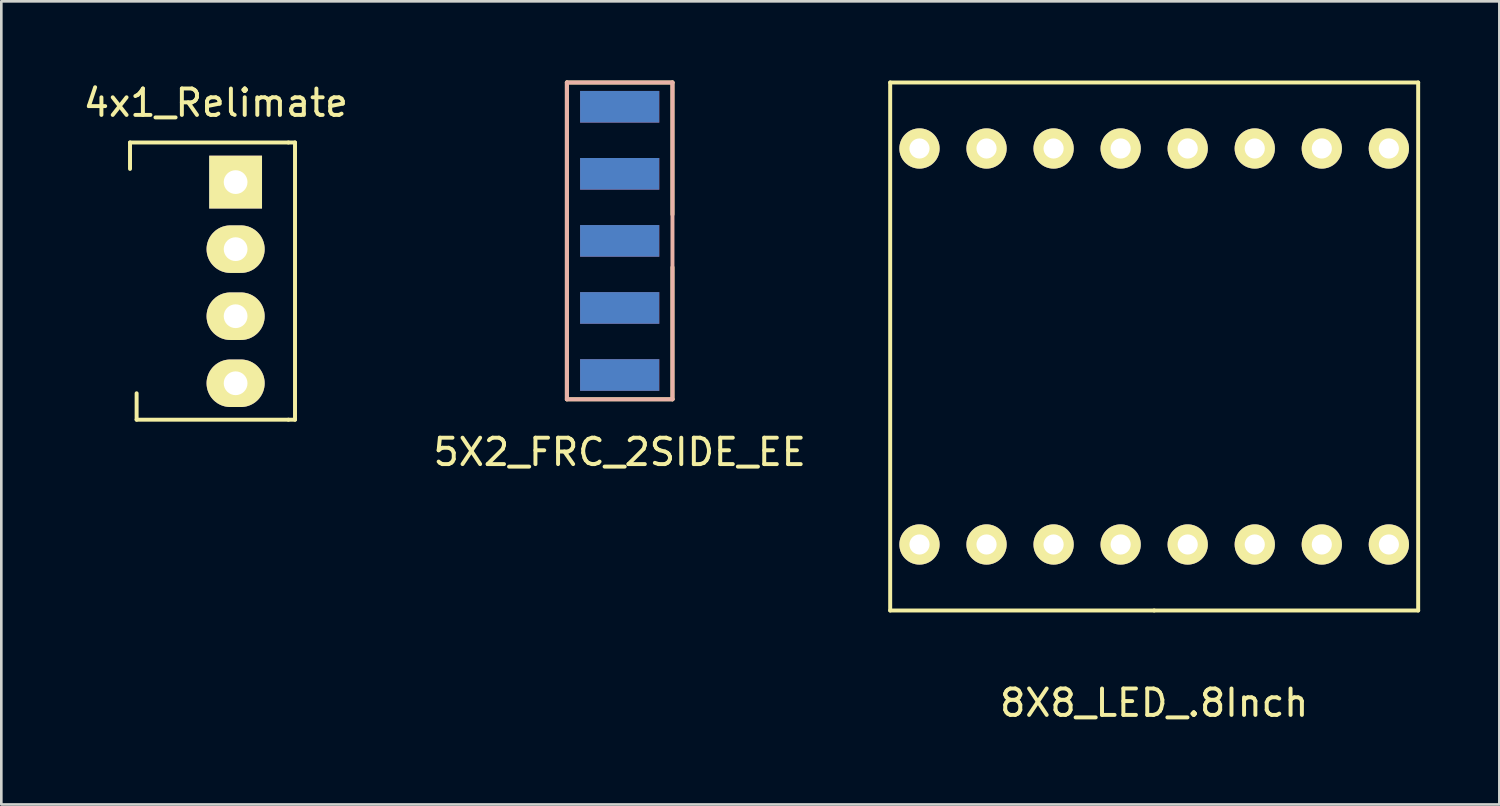
<source format=kicad_pcb>
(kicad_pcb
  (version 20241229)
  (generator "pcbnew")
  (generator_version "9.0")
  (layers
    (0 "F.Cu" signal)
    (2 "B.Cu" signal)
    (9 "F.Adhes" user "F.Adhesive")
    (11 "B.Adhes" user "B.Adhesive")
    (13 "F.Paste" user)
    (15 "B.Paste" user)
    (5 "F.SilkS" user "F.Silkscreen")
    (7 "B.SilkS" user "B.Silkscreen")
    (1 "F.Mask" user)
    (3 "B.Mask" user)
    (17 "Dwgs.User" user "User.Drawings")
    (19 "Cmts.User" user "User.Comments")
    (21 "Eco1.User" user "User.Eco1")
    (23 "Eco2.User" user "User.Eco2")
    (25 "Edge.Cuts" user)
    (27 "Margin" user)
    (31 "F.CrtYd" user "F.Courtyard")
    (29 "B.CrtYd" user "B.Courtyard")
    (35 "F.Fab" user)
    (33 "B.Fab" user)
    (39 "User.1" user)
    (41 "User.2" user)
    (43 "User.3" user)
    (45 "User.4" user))
  (footprint "8X8_LED_.8Inch"
    (layer "F.Cu")
    (at 40.67 17.575)
    (property "Reference" "8X8_LED_.8Inch" (at 0 6 0) (layer "F.SilkS") (effects (font (size 1 1) (thickness 0.15))))
    (attr through_hole)
    (fp_line (start -10 -17.5) (end 10 -17.5) (stroke (width 0.15) (type solid)) (layer "F.SilkS"))
    (fp_line (start -10 2.5) (end -10 -17.5) (stroke (width 0.15) (type solid)) (layer "F.SilkS"))
    (fp_line (start 0 2.5) (end -10 2.5) (stroke (width 0.15) (type solid)) (layer "F.SilkS"))
    (fp_line (start 0 2.5) (end 10 2.5) (stroke (width 0.15) (type solid)) (layer "F.SilkS"))
    (fp_line (start 10 2.5) (end 10 -17.5) (stroke (width 0.15) (type solid)) (layer "F.SilkS"))
    (pad "1" thru_hole circle (at -8.89 0) (size 1.524 1.524) (drill 0.762) (layers "*.Cu" "*.Mask" "F.SilkS"))
    (pad "2" thru_hole circle (at -6.35 0) (size 1.524 1.524) (drill 0.762) (layers "*.Cu" "*.Mask" "F.SilkS"))
    (pad "3" thru_hole circle (at -3.81 0) (size 1.524 1.524) (drill 0.762) (layers "*.Cu" "*.Mask" "F.SilkS"))
    (pad "4" thru_hole circle (at -1.27 0) (size 1.524 1.524) (drill 0.762) (layers "*.Cu" "*.Mask" "F.SilkS"))
    (pad "5" thru_hole circle (at 1.27 0) (size 1.524 1.524) (drill 0.762) (layers "*.Cu" "*.Mask" "F.SilkS"))
    (pad "6" thru_hole circle (at 3.81 0) (size 1.524 1.524) (drill 0.762) (layers "*.Cu" "*.Mask" "F.SilkS"))
    (pad "7" thru_hole circle (at 6.35 0) (size 1.524 1.524) (drill 0.762) (layers "*.Cu" "*.Mask" "F.SilkS"))
    (pad "8" thru_hole circle (at 8.89 0) (size 1.524 1.524) (drill 0.762) (layers "*.Cu" "*.Mask" "F.SilkS"))
    (pad "9" thru_hole circle (at 8.89 -15) (size 1.524 1.524) (drill 0.762) (layers "*.Cu" "*.Mask" "F.SilkS"))
    (pad "10" thru_hole circle (at 6.35 -15) (size 1.524 1.524) (drill 0.762) (layers "*.Cu" "*.Mask" "F.SilkS"))
    (pad "11" thru_hole circle (at 3.81 -15) (size 1.524 1.524) (drill 0.762) (layers "*.Cu" "*.Mask" "F.SilkS"))
    (pad "12" thru_hole circle (at 1.27 -15) (size 1.524 1.524) (drill 0.762) (layers "*.Cu" "*.Mask" "F.SilkS"))
    (pad "13" thru_hole circle (at -1.27 -15) (size 1.524 1.524) (drill 0.762) (layers "*.Cu" "*.Mask" "F.SilkS"))
    (pad "14" thru_hole circle (at -3.81 -15) (size 1.524 1.524) (drill 0.762) (layers "*.Cu" "*.Mask" "F.SilkS"))
    (pad "15" thru_hole circle (at -6.35 -15) (size 1.524 1.524) (drill 0.762) (layers "*.Cu" "*.Mask" "F.SilkS"))
    (pad "16" thru_hole circle (at -8.89 -15) (size 1.524 1.524) (drill 0.762) (layers "*.Cu" "*.Mask" "F.SilkS")))
  (footprint "5X2_FRC_2SIDE_EE"
    (layer "F.Cu")
    (at 20.423 6.075)
    (property "Reference" "5X2_FRC_2SIDE_EE" (at 0 8 0) (layer "F.SilkS") (effects (font (size 1 1) (thickness 0.15))))
    (attr through_hole)
    (fp_line (start -2 -6) (end -2 6) (stroke (width 0.15) (type solid)) (layer "F.SilkS"))
    (fp_line (start -2 6) (end 2 6) (stroke (width 0.15) (type solid)) (layer "F.SilkS"))
    (fp_line (start 2 -6) (end -2 -6) (stroke (width 0.15) (type solid)) (layer "F.SilkS"))
    (fp_line (start 2 -6) (end 2 -1) (stroke (width 0.15) (type solid)) (layer "F.SilkS"))
    (fp_line (start 2 6) (end 2 1) (stroke (width 0.15) (type solid)) (layer "F.SilkS"))
    (fp_line (start -2 -6) (end 2 -6) (stroke (width 0.15) (type solid)) (layer "B.SilkS"))
    (fp_line (start -2 6) (end -2 -6) (stroke (width 0.15) (type solid)) (layer "B.SilkS"))
    (fp_line (start 2 -6) (end 2 6) (stroke (width 0.15) (type solid)) (layer "B.SilkS"))
    (fp_line (start 2 6) (end -2 6) (stroke (width 0.15) (type solid)) (layer "B.SilkS"))
    (pad "1" smd rect (at 0 -5.08) (size 3 1.2) (layers "F.Cu" "F.Mask" "F.Paste"))
    (pad "2" smd rect (at 0 -5.08) (size 3 1.2) (layers "F.Mask" "B.Cu" "F.Paste"))
    (pad "3" smd rect (at 0 -2.54) (size 3 1.2) (layers "F.Cu" "F.Mask" "F.Paste"))
    (pad "4" smd rect (at 0 -2.54) (size 3 1.2) (layers "F.Mask" "B.Cu" "F.Paste"))
    (pad "5" smd rect (at 0 0) (size 3 1.2) (layers "F.Cu" "F.Mask" "F.Paste"))
    (pad "6" smd rect (at 0 0) (size 3 1.2) (layers "F.Mask" "B.Cu" "F.Paste"))
    (pad "7" smd rect (at 0 2.54) (size 3 1.2) (layers "F.Cu" "F.Mask" "F.Paste"))
    (pad "8" smd rect (at 0 2.54) (size 3 1.2) (layers "F.Mask" "B.Cu" "F.Paste"))
    (pad "9" smd rect (at 0 5.08) (size 3 1.2) (layers "F.Cu" "F.Mask" "F.Paste"))
    (pad "10" smd rect (at 0 5.08) (size 3 1.2) (layers "F.Mask" "B.Cu" "F.Paste")))
  (footprint "4x1_Relimate"
    (layer "F.Cu")
    (at 5.875 3.848)
    (property "Reference" "4x1_Relimate" (at -0.75 -3 0) (layer "F.SilkS") (effects (font (size 1 1) (thickness 0.15))))
    (attr through_hole)
    (fp_line (start -4 -1.5) (end -4 -0.5) (stroke (width 0.15) (type solid)) (layer "F.SilkS"))
    (fp_line (start -3.75 9) (end -3.75 8) (stroke (width 0.15) (type solid)) (layer "F.SilkS"))
    (fp_line (start 2 -1.5) (end -4 -1.5) (stroke (width 0.15) (type solid)) (layer "F.SilkS"))
    (fp_line (start 2 9) (end -3.75 9) (stroke (width 0.15) (type solid)) (layer "F.SilkS"))
    (fp_line (start 2 9) (end 2.25 9) (stroke (width 0.15) (type solid)) (layer "F.SilkS"))
    (fp_line (start 2.25 -1.5) (end 2 -1.5) (stroke (width 0.15) (type solid)) (layer "F.SilkS"))
    (fp_line (start 2.25 9) (end 2.25 -1.5) (stroke (width 0.15) (type solid)) (layer "F.SilkS"))
    (pad "1" thru_hole rect (at 0 0) (size 2 2) (drill 0.9) (layers "*.Cu" "*.Mask" "F.SilkS"))
    (pad "2" thru_hole oval (at 0 2.54) (size 2.2 1.8) (drill 0.9) (layers "*.Cu" "*.Mask" "F.SilkS"))
    (pad "3" thru_hole oval (at 0 5.08) (size 2.2 1.8) (drill 0.9) (layers "*.Cu" "*.Mask" "F.SilkS"))
    (pad "4" thru_hole oval (at 0 7.62) (size 2.2 1.8) (drill 0.9) (layers "*.Cu" "*.Mask" "F.SilkS")))
  (gr_rect
    (start -3 -3)
    (end 53.745 27.423)
    (stroke (width 0.1) (type default))
    (fill no)
    (layer "Edge.Cuts")))
</source>
